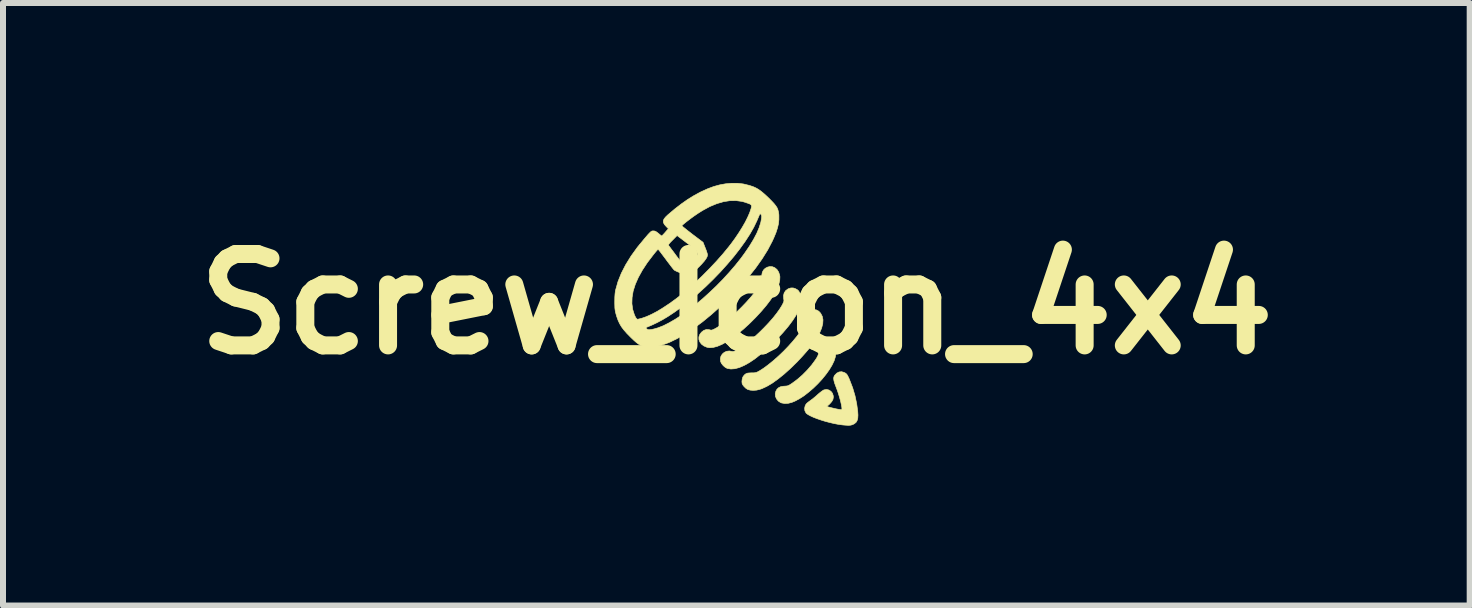
<source format=kicad_pcb>
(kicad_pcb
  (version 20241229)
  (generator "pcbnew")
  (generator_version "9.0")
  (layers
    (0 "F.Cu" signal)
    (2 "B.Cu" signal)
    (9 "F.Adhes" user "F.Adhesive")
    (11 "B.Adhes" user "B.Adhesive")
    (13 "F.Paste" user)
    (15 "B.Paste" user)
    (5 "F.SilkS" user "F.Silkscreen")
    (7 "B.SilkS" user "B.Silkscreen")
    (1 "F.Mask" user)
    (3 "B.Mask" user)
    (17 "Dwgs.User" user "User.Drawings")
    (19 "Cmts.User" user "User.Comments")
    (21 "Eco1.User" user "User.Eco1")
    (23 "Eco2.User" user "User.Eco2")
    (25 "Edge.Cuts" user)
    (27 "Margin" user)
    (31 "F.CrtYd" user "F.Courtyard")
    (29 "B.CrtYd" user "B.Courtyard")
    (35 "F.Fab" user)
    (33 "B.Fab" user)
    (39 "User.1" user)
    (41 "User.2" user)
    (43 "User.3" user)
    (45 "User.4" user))
  (footprint "Screw_Icon_4x4"
    (layer "F.Cu")
    (at 9.224 2.018)
    (property "Reference" "Screw_Icon_4x4" (at 0 0 0) (layer "F.SilkS") (effects (font (size 1.524 1.524) (thickness 0.3))))
    (attr board_only exclude_from_pos_files exclude_from_bom allow_missing_courtyard)
    (fp_poly (pts (xy 1.541 0.657) (xy 1.583 0.675) (xy 1.617 0.705) (xy 1.641 0.745) (xy 1.655 0.793) (xy 1.656 0.847) (xy 1.651 0.879) (xy 1.63 0.946) (xy 1.595 1.019) (xy 1.549 1.095) (xy 1.493 1.173) (xy 1.429 1.252) (xy 1.359 1.328) (xy 1.284 1.401) (xy 1.206 1.468) (xy 1.128 1.529) (xy 1.05 1.579) (xy 0.975 1.619) (xy 0.923 1.64) (xy 0.863 1.655) (xy 0.806 1.658) (xy 0.756 1.649) (xy 0.74 1.644) (xy 0.699 1.617) (xy 0.67 1.581) (xy 0.652 1.54) (xy 0.648 1.496) (xy 0.659 1.452) (xy 0.678 1.419) (xy 0.705 1.394) (xy 0.739 1.378) (xy 0.785 1.37) (xy 0.803 1.369) (xy 0.83 1.367) (xy 0.852 1.364) (xy 0.872 1.356) (xy 0.896 1.343) (xy 0.928 1.322) (xy 0.932 1.319) (xy 1.017 1.256) (xy 1.102 1.182) (xy 1.183 1.1) (xy 1.257 1.014) (xy 1.32 0.928) (xy 1.341 0.895) (xy 1.357 0.865) (xy 1.365 0.844) (xy 1.368 0.823) (xy 1.366 0.806) (xy 1.366 0.773) (xy 1.374 0.744) (xy 1.382 0.729) (xy 1.407 0.691) (xy 1.438 0.667) (xy 1.478 0.656) (xy 1.493 0.654) (xy 1.541 0.657)) (stroke (width 0.01) (type solid)) (fill yes) (layer "F.SilkS"))
    (fp_poly (pts (xy 0.601 -0.622) (xy 0.639 -0.607) (xy 0.677 -0.576) (xy 0.705 -0.533) (xy 0.722 -0.481) (xy 0.726 -0.454) (xy 0.723 -0.392) (xy 0.706 -0.322) (xy 0.675 -0.245) (xy 0.63 -0.162) (xy 0.572 -0.073) (xy 0.501 0.021) (xy 0.417 0.12) (xy 0.322 0.223) (xy 0.227 0.318) (xy 0.123 0.414) (xy 0.024 0.497) (xy -0.07 0.569) (xy -0.159 0.627) (xy -0.241 0.673) (xy -0.317 0.705) (xy -0.385 0.723) (xy -0.446 0.728) (xy -0.491 0.72) (xy -0.542 0.698) (xy -0.582 0.668) (xy -0.609 0.631) (xy -0.624 0.59) (xy -0.624 0.548) (xy -0.609 0.506) (xy -0.581 0.469) (xy -0.542 0.439) (xy -0.501 0.425) (xy -0.455 0.427) (xy -0.445 0.43) (xy -0.426 0.434) (xy -0.41 0.434) (xy -0.392 0.428) (xy -0.366 0.416) (xy -0.351 0.408) (xy -0.288 0.371) (xy -0.218 0.321) (xy -0.142 0.262) (xy -0.063 0.194) (xy 0.018 0.12) (xy 0.097 0.042) (xy 0.173 -0.038) (xy 0.244 -0.118) (xy 0.307 -0.196) (xy 0.337 -0.236) (xy 0.362 -0.273) (xy 0.388 -0.312) (xy 0.408 -0.347) (xy 0.416 -0.361) (xy 0.43 -0.39) (xy 0.436 -0.41) (xy 0.437 -0.425) (xy 0.432 -0.443) (xy 0.432 -0.445) (xy 0.425 -0.489) (xy 0.433 -0.53) (xy 0.452 -0.566) (xy 0.481 -0.595) (xy 0.518 -0.615) (xy 0.558 -0.625) (xy 0.601 -0.622)) (stroke (width 0.01) (type solid)) (fill yes) (layer "F.SilkS"))
    (fp_poly (pts (xy 0.947 -0.268) (xy 0.98 -0.258) (xy 1.013 -0.241) (xy 1.037 -0.22) (xy 1.056 -0.188) (xy 1.064 -0.174) (xy 1.081 -0.117) (xy 1.083 -0.053) (xy 1.07 0.018) (xy 1.042 0.096) (xy 0.999 0.181) (xy 0.94 0.272) (xy 0.867 0.37) (xy 0.779 0.474) (xy 0.676 0.585) (xy 0.63 0.631) (xy 0.519 0.738) (xy 0.413 0.831) (xy 0.313 0.91) (xy 0.219 0.974) (xy 0.131 1.023) (xy 0.05 1.058) (xy -0.024 1.078) (xy -0.091 1.083) (xy -0.151 1.073) (xy -0.152 1.073) (xy -0.185 1.055) (xy -0.218 1.027) (xy -0.245 0.994) (xy -0.262 0.96) (xy -0.262 0.959) (xy -0.267 0.913) (xy -0.257 0.87) (xy -0.234 0.834) (xy -0.202 0.806) (xy -0.163 0.788) (xy -0.118 0.782) (xy -0.084 0.788) (xy -0.063 0.792) (xy -0.045 0.79) (xy -0.022 0.781) (xy -0.007 0.774) (xy 0.061 0.735) (xy 0.135 0.684) (xy 0.214 0.623) (xy 0.296 0.553) (xy 0.378 0.478) (xy 0.458 0.399) (xy 0.535 0.318) (xy 0.606 0.238) (xy 0.669 0.159) (xy 0.722 0.085) (xy 0.764 0.017) (xy 0.771 0.003) (xy 0.785 -0.026) (xy 0.792 -0.047) (xy 0.793 -0.065) (xy 0.789 -0.088) (xy 0.789 -0.088) (xy 0.786 -0.139) (xy 0.797 -0.185) (xy 0.822 -0.223) (xy 0.86 -0.251) (xy 0.867 -0.255) (xy 0.908 -0.268) (xy 0.947 -0.268)) (stroke (width 0.01) (type solid)) (fill yes) (layer "F.SilkS"))
    (fp_poly (pts (xy 1.334 0.098) (xy 1.373 0.119) (xy 1.405 0.153) (xy 1.432 0.205) (xy 1.444 0.263) (xy 1.44 0.329) (xy 1.421 0.402) (xy 1.388 0.481) (xy 1.339 0.568) (xy 1.275 0.662) (xy 1.196 0.762) (xy 1.102 0.869) (xy 1.017 0.96) (xy 0.904 1.071) (xy 0.796 1.168) (xy 0.694 1.25) (xy 0.598 1.319) (xy 0.508 1.372) (xy 0.424 1.411) (xy 0.391 1.422) (xy 0.337 1.435) (xy 0.282 1.439) (xy 0.231 1.435) (xy 0.19 1.424) (xy 0.16 1.405) (xy 0.131 1.378) (xy 0.108 1.349) (xy 0.096 1.324) (xy 0.093 1.292) (xy 0.097 1.256) (xy 0.106 1.222) (xy 0.116 1.204) (xy 0.138 1.178) (xy 0.161 1.161) (xy 0.189 1.151) (xy 0.227 1.148) (xy 0.253 1.147) (xy 0.29 1.147) (xy 0.316 1.144) (xy 0.338 1.138) (xy 0.362 1.127) (xy 0.377 1.119) (xy 0.45 1.073) (xy 0.53 1.014) (xy 0.614 0.946) (xy 0.7 0.87) (xy 0.785 0.789) (xy 0.867 0.704) (xy 0.943 0.619) (xy 1.012 0.535) (xy 1.071 0.454) (xy 1.086 0.432) (xy 1.117 0.383) (xy 1.137 0.345) (xy 1.149 0.317) (xy 1.153 0.296) (xy 1.151 0.284) (xy 1.145 0.255) (xy 1.144 0.22) (xy 1.149 0.187) (xy 1.155 0.171) (xy 1.185 0.131) (xy 1.224 0.104) (xy 1.272 0.092) (xy 1.287 0.091) (xy 1.334 0.098)) (stroke (width 0.01) (type solid)) (fill yes) (layer "F.SilkS"))
    (fp_poly (pts (xy 1.799 1.141) (xy 1.802 1.143) (xy 1.821 1.153) (xy 1.836 1.166) (xy 1.849 1.183) (xy 1.863 1.209) (xy 1.88 1.245) (xy 1.89 1.27) (xy 1.939 1.397) (xy 1.978 1.529) (xy 2.006 1.662) (xy 2.023 1.788) (xy 2.027 1.851) (xy 2.024 1.902) (xy 2.014 1.94) (xy 1.997 1.97) (xy 1.97 1.993) (xy 1.943 2.008) (xy 1.922 2.015) (xy 1.899 2.02) (xy 1.869 2.022) (xy 1.831 2.02) (xy 1.78 2.016) (xy 1.762 2.014) (xy 1.698 2.005) (xy 1.629 1.992) (xy 1.557 1.975) (xy 1.484 1.956) (xy 1.413 1.934) (xy 1.346 1.911) (xy 1.286 1.888) (xy 1.234 1.864) (xy 1.194 1.842) (xy 1.167 1.822) (xy 1.162 1.817) (xy 1.142 1.778) (xy 1.138 1.736) (xy 1.147 1.697) (xy 1.157 1.677) (xy 1.171 1.658) (xy 1.194 1.638) (xy 1.226 1.614) (xy 1.262 1.588) (xy 1.303 1.555) (xy 1.343 1.521) (xy 1.361 1.504) (xy 1.393 1.477) (xy 1.423 1.454) (xy 1.448 1.437) (xy 1.461 1.431) (xy 1.504 1.424) (xy 1.543 1.433) (xy 1.577 1.455) (xy 1.602 1.487) (xy 1.615 1.528) (xy 1.617 1.55) (xy 1.611 1.588) (xy 1.591 1.625) (xy 1.557 1.664) (xy 1.545 1.675) (xy 1.507 1.708) (xy 1.573 1.726) (xy 1.615 1.736) (xy 1.658 1.746) (xy 1.699 1.754) (xy 1.731 1.759) (xy 1.751 1.761) (xy 1.758 1.758) (xy 1.76 1.746) (xy 1.758 1.721) (xy 1.758 1.717) (xy 1.749 1.67) (xy 1.736 1.613) (xy 1.718 1.549) (xy 1.698 1.483) (xy 1.676 1.42) (xy 1.661 1.38) (xy 1.64 1.324) (xy 1.627 1.279) (xy 1.622 1.244) (xy 1.625 1.216) (xy 1.636 1.193) (xy 1.639 1.188) (xy 1.674 1.152) (xy 1.713 1.132) (xy 1.755 1.128) (xy 1.799 1.141)) (stroke (width 0.01) (type solid)) (fill yes) (layer "F.SilkS"))
    (fp_poly (pts (xy 0.115 -2.002) (xy 0.21 -1.979) (xy 0.233 -1.972) (xy 0.283 -1.955) (xy 0.327 -1.935) (xy 0.369 -1.911) (xy 0.411 -1.881) (xy 0.457 -1.843) (xy 0.51 -1.795) (xy 0.535 -1.771) (xy 0.587 -1.719) (xy 0.627 -1.676) (xy 0.657 -1.639) (xy 0.679 -1.605) (xy 0.693 -1.571) (xy 0.702 -1.536) (xy 0.708 -1.496) (xy 0.709 -1.474) (xy 0.709 -1.406) (xy 0.702 -1.338) (xy 0.685 -1.266) (xy 0.66 -1.189) (xy 0.624 -1.103) (xy 0.6 -1.05) (xy 0.523 -0.903) (xy 0.43 -0.754) (xy 0.321 -0.6) (xy 0.196 -0.443) (xy 0.055 -0.282) (xy -0.103 -0.117) (xy -0.118 -0.101) (xy -0.268 0.043) (xy -0.416 0.175) (xy -0.562 0.295) (xy -0.705 0.401) (xy -0.844 0.493) (xy -0.979 0.572) (xy -1.108 0.635) (xy -1.173 0.661) (xy -1.242 0.684) (xy -1.315 0.702) (xy -1.386 0.713) (xy -1.452 0.717) (xy -1.51 0.713) (xy -1.537 0.708) (xy -1.571 0.698) (xy -1.603 0.684) (xy -1.635 0.665) (xy -1.669 0.639) (xy -1.709 0.604) (xy -1.757 0.558) (xy -1.764 0.551) (xy -1.825 0.489) (xy -1.875 0.432) (xy -1.901 0.397) (xy -1.507 0.397) (xy -1.506 0.403) (xy -1.501 0.408) (xy -1.483 0.421) (xy -1.473 0.426) (xy -1.45 0.428) (xy -1.414 0.424) (xy -1.367 0.414) (xy -1.312 0.398) (xy -1.308 0.397) (xy -1.218 0.362) (xy -1.121 0.313) (xy -1.017 0.253) (xy -0.908 0.182) (xy -0.796 0.101) (xy -0.681 0.011) (xy -0.565 -0.086) (xy -0.45 -0.19) (xy -0.336 -0.298) (xy -0.225 -0.411) (xy -0.119 -0.527) (xy -0.018 -0.644) (xy 0.076 -0.762) (xy 0.136 -0.844) (xy 0.218 -0.964) (xy 0.286 -1.076) (xy 0.341 -1.18) (xy 0.381 -1.276) (xy 0.408 -1.363) (xy 0.42 -1.43) (xy 0.422 -1.46) (xy 0.42 -1.479) (xy 0.412 -1.491) (xy 0.41 -1.494) (xy 0.404 -1.5) (xy 0.4 -1.504) (xy 0.395 -1.503) (xy 0.39 -1.496) (xy 0.382 -1.481) (xy 0.371 -1.454) (xy 0.354 -1.416) (xy 0.343 -1.389) (xy 0.29 -1.279) (xy 0.224 -1.163) (xy 0.146 -1.043) (xy 0.056 -0.918) (xy -0.043 -0.791) (xy -0.151 -0.664) (xy -0.266 -0.536) (xy -0.387 -0.411) (xy -0.512 -0.289) (xy -0.641 -0.172) (xy -0.772 -0.061) (xy -0.903 0.043) (xy -1.034 0.137) (xy -1.143 0.209) (xy -1.23 0.261) (xy -1.322 0.31) (xy -1.411 0.352) (xy -1.449 0.368) (xy -1.481 0.381) (xy -1.5 0.39) (xy -1.507 0.397) (xy -1.901 0.397) (xy -1.915 0.379) (xy -1.946 0.326) (xy -1.972 0.27) (xy -1.994 0.208) (xy -2.008 0.16) (xy -2.016 0.128) (xy -2.021 0.098) (xy -2.025 0.065) (xy -2.026 0.026) (xy -2.027 -0.007) (xy -1.741 -0.007) (xy -1.728 0.089) (xy -1.699 0.181) (xy -1.698 0.182) (xy -1.68 0.221) (xy -1.663 0.245) (xy -1.649 0.254) (xy -1.649 0.254) (xy -1.636 0.252) (xy -1.611 0.246) (xy -1.581 0.238) (xy -1.576 0.237) (xy -1.499 0.21) (xy -1.412 0.171) (xy -1.317 0.121) (xy -1.216 0.059) (xy -1.109 -0.012) (xy -0.999 -0.092) (xy -0.926 -0.149) (xy -0.81 -0.245) (xy -0.69 -0.353) (xy -0.569 -0.468) (xy -0.449 -0.589) (xy -0.333 -0.712) (xy -0.225 -0.834) (xy -0.128 -0.952) (xy -0.086 -1.006) (xy -0.021 -1.095) (xy 0.041 -1.187) (xy 0.098 -1.278) (xy 0.148 -1.365) (xy 0.189 -1.447) (xy 0.221 -1.52) (xy 0.232 -1.551) (xy 0.246 -1.593) (xy 0.253 -1.623) (xy 0.252 -1.642) (xy 0.243 -1.656) (xy 0.224 -1.668) (xy 0.196 -1.679) (xy 0.098 -1.71) (xy -0.003 -1.724) (xy -0.108 -1.723) (xy -0.216 -1.706) (xy -0.327 -1.673) (xy -0.443 -1.625) (xy -0.563 -1.56) (xy -0.639 -1.512) (xy -0.673 -1.489) (xy -0.712 -1.462) (xy -0.753 -1.432) (xy -0.794 -1.401) (xy -0.832 -1.372) (xy -0.865 -1.345) (xy -0.89 -1.324) (xy -0.905 -1.31) (xy -0.908 -1.307) (xy -0.903 -1.3) (xy -0.886 -1.284) (xy -0.858 -1.262) (xy -0.823 -1.233) (xy -0.78 -1.2) (xy -0.734 -1.164) (xy -0.555 -1.029) (xy -0.518 -0.935) (xy -0.503 -0.897) (xy -0.491 -0.861) (xy -0.483 -0.834) (xy -0.481 -0.819) (xy -0.487 -0.79) (xy -0.505 -0.756) (xy -0.535 -0.715) (xy -0.579 -0.665) (xy -0.617 -0.626) (xy -0.669 -0.576) (xy -0.717 -0.536) (xy -0.759 -0.507) (xy -0.794 -0.488) (xy -0.818 -0.483) (xy -0.836 -0.486) (xy -0.865 -0.495) (xy -0.9 -0.507) (xy -0.939 -0.522) (xy -0.977 -0.537) (xy -1.008 -0.551) (xy -1.031 -0.563) (xy -1.037 -0.568) (xy -1.047 -0.579) (xy -1.065 -0.601) (xy -1.09 -0.633) (xy -1.12 -0.673) (xy -1.154 -0.717) (xy -1.177 -0.749) (xy -1.211 -0.794) (xy -1.242 -0.835) (xy -1.268 -0.87) (xy -1.289 -0.895) (xy -1.301 -0.911) (xy -1.305 -0.914) (xy -1.311 -0.908) (xy -1.327 -0.891) (xy -1.349 -0.865) (xy -1.375 -0.833) (xy -1.386 -0.819) (xy -1.485 -0.689) (xy -1.567 -0.564) (xy -1.634 -0.443) (xy -1.685 -0.327) (xy -1.72 -0.216) (xy -1.738 -0.109) (xy -1.741 -0.007) (xy -2.027 -0.007) (xy -2.027 -0.026) (xy -2.027 -0.042) (xy -2.026 -0.114) (xy -2.022 -0.172) (xy -2.016 -0.219) (xy -2.012 -0.236) (xy -1.973 -0.374) (xy -1.917 -0.514) (xy -1.844 -0.656) (xy -1.755 -0.8) (xy -1.649 -0.947) (xy -1.62 -0.982) (xy -1.132 -0.982) (xy -1.13 -0.978) (xy -1.123 -0.968) (xy -1.107 -0.947) (xy -1.084 -0.916) (xy -1.055 -0.878) (xy -1.023 -0.835) (xy -1.008 -0.814) (xy -0.968 -0.762) (xy -0.936 -0.721) (xy -0.91 -0.692) (xy -0.89 -0.671) (xy -0.872 -0.657) (xy -0.856 -0.649) (xy -0.84 -0.645) (xy -0.833 -0.644) (xy -0.823 -0.649) (xy -0.804 -0.664) (xy -0.779 -0.685) (xy -0.759 -0.703) (xy -0.729 -0.733) (xy -0.7 -0.761) (xy -0.678 -0.785) (xy -0.67 -0.795) (xy -0.644 -0.827) (xy -0.658 -0.864) (xy -0.664 -0.877) (xy -0.671 -0.89) (xy -0.683 -0.904) (xy -0.701 -0.92) (xy -0.726 -0.941) (xy -0.761 -0.969) (xy -0.806 -1.004) (xy -0.83 -1.022) (xy -0.988 -1.142) (xy -1.063 -1.066) (xy -1.096 -1.033) (xy -1.117 -1.009) (xy -1.129 -0.992) (xy -1.132 -0.982) (xy -1.62 -0.982) (xy -1.54 -1.079) (xy -1.501 -1.125) (xy -1.471 -1.16) (xy -1.448 -1.184) (xy -1.431 -1.201) (xy -1.418 -1.211) (xy -1.406 -1.217) (xy -1.395 -1.219) (xy -1.383 -1.219) (xy -1.382 -1.219) (xy -1.361 -1.217) (xy -1.343 -1.21) (xy -1.321 -1.195) (xy -1.298 -1.177) (xy -1.274 -1.157) (xy -1.255 -1.142) (xy -1.244 -1.135) (xy -1.244 -1.135) (xy -1.236 -1.141) (xy -1.221 -1.157) (xy -1.199 -1.18) (xy -1.186 -1.195) (xy -1.133 -1.256) (xy -1.167 -1.29) (xy -1.198 -1.325) (xy -1.215 -1.356) (xy -1.218 -1.385) (xy -1.207 -1.415) (xy -1.182 -1.448) (xy -1.143 -1.486) (xy -1.138 -1.49) (xy -1.023 -1.587) (xy -0.914 -1.671) (xy -0.81 -1.744) (xy -0.708 -1.807) (xy -0.605 -1.863) (xy -0.588 -1.871) (xy -0.479 -1.921) (xy -0.377 -1.959) (xy -0.279 -1.986) (xy -0.181 -2.004) (xy -0.084 -2.013) (xy 0.019 -2.013) (xy 0.115 -2.002)) (stroke (width 0.01) (type solid)) (fill yes) (layer "F.SilkS")))
  (gr_rect
    (start -3 -3)
    (end 21.448 7.044)
    (stroke (width 0.1) (type default))
    (fill no)
    (layer "Edge.Cuts")))
</source>
